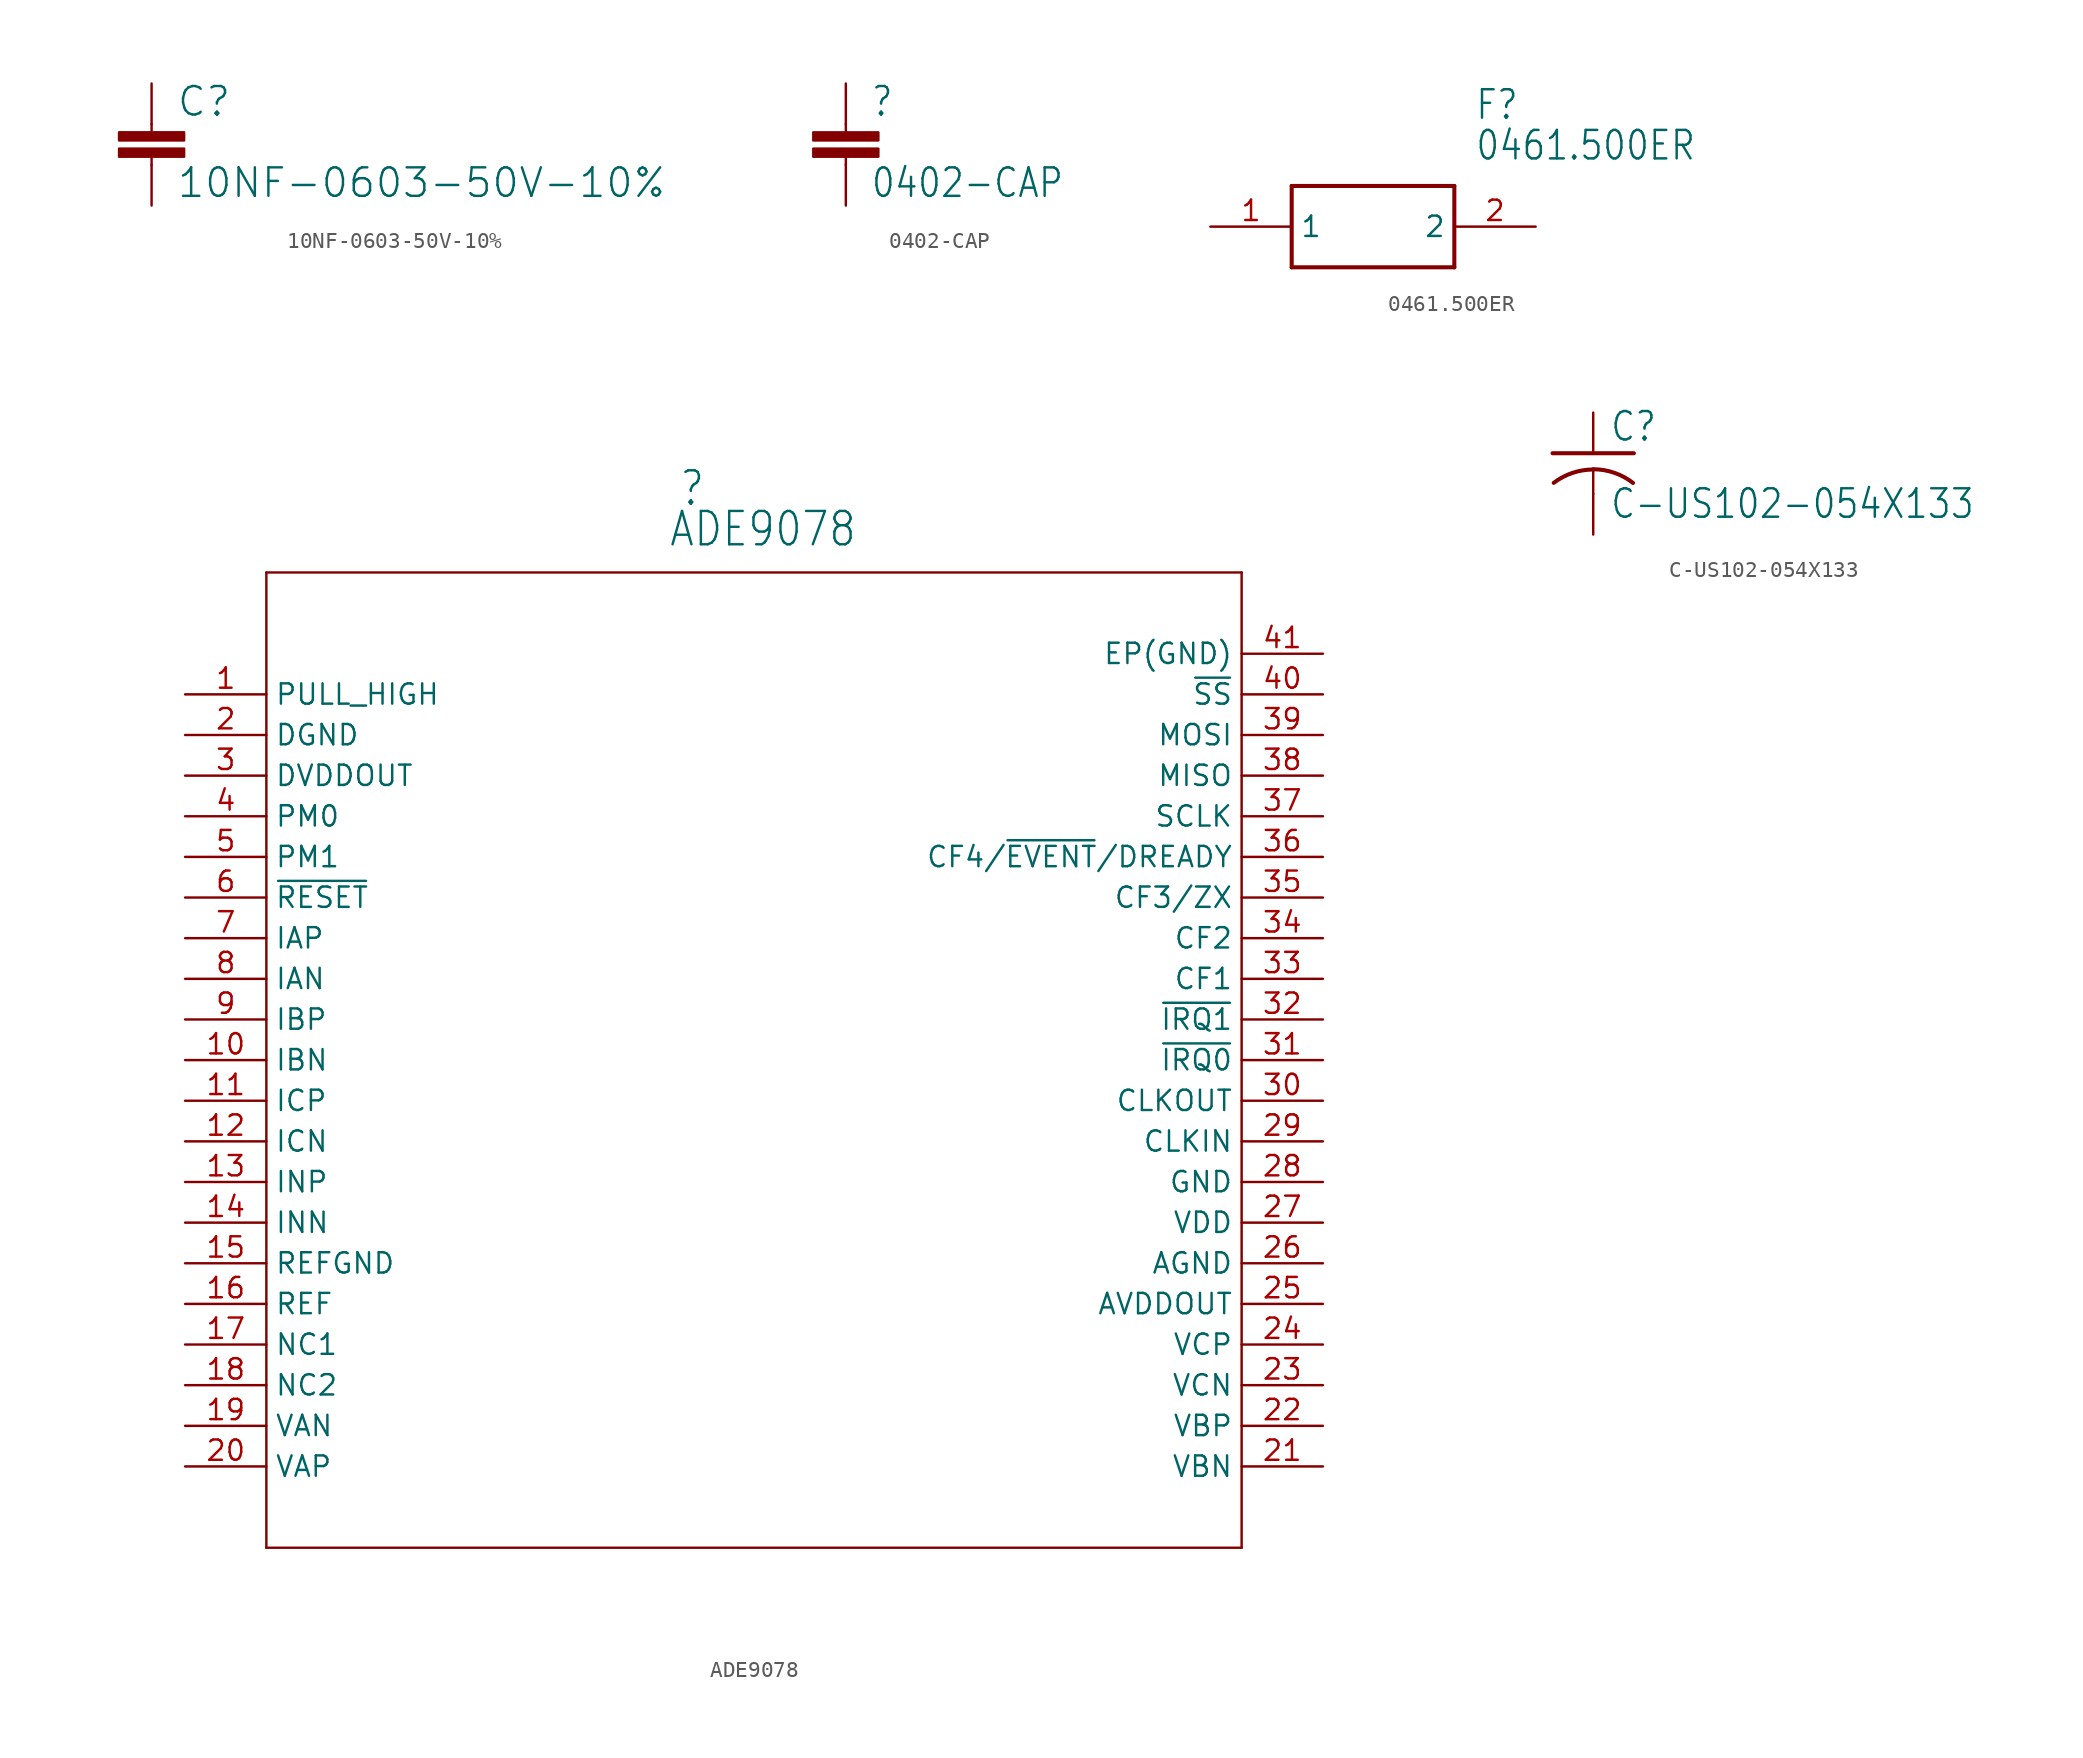
<source format=kicad_sym>
(kicad_symbol_lib
  (version 20220331)
  (generator kicad_symbol_editor)
  (symbol "10NF-0603-50V-10%"
    (property "Reference" "C"
      (at 1.524 2.921 0)
      (effects (font (size 1.778 1.778)) (justify left bottom)))
    (property "Value" "10NF-0603-50V-10%"
      (at 1.524 -2.159 0)
      (effects (font (size 1.778 1.778)) (justify left bottom)))
    (property "ki_locked" ""
      (at 0 0 0)
      (effects (font (size 1.27 1.27))))
    (symbol "10NF-0603-50V-10%_1_0"
      (rectangle (start -2.032 0.508) (end 2.032 1.016) (stroke (width 0) (type default)) (fill (type outline)))
      (rectangle (start -2.032 1.524) (end 2.032 2.032) (stroke (width 0) (type default)) (fill (type outline)))
      (polyline (pts (xy 0 0) (xy 0 0.508)) (stroke (width 0.152) (type solid)) (fill (type none)))
      (polyline (pts (xy 0 2.54) (xy 0 2.032)) (stroke (width 0.152) (type solid)) (fill (type none)))
      (pin passive line (at 0 5.08 270) (length 2.54) (name "1" (effects (font (size 0 0)))) (number "1" (effects (font (size 0 0)))))
      (pin passive line (at 0 -2.54 90) (length 2.54) (name "2" (effects (font (size 0 0)))) (number "2" (effects (font (size 0 0)))))))
  (symbol "0402-CAP"
    (property "Reference" ""
      (at 4.064 2.921 0)
      (effects (font (size 1.778 1.511)) (justify left bottom)))
    (property "Value" "0402-CAP"
      (at 4.064 -2.159 0)
      (effects (font (size 1.778 1.511)) (justify left bottom)))
    (property "ki_locked" ""
      (at 0 0 0)
      (effects (font (size 1.27 1.27))))
    (symbol "0402-CAP_1_0"
      (polyline (pts (xy 2.54 0) (xy 2.54 0.508)) (stroke (width 0.152) (type solid)) (fill (type none)))
      (polyline (pts (xy 2.54 2.54) (xy 2.54 2.032)) (stroke (width 0.152) (type solid)) (fill (type none)))
      (rectangle (start 0.508 0.508) (end 4.572 1.016) (stroke (width 0) (type default)) (fill (type outline)))
      (rectangle (start 0.508 1.524) (end 4.572 2.032) (stroke (width 0) (type default)) (fill (type outline)))
      (pin passive line (at 2.54 5.08 270) (length 2.54) (name "1" (effects (font (size 0 0)))) (number "1" (effects (font (size 0 0)))))
      (pin passive line (at 2.54 -2.54 90) (length 2.54) (name "2" (effects (font (size 0 0)))) (number "2" (effects (font (size 0 0)))))))
  (symbol "0461.500ER"
    (property "Reference" "F"
      (at 16.51 7.62 0)
      (effects (font (size 1.778 1.511)) (justify left)))
    (property "Value" "0461.500ER"
      (at 16.51 5.08 0)
      (effects (font (size 1.778 1.511)) (justify left)))
    (property "ki_locked" ""
      (at 0 0 0)
      (effects (font (size 1.27 1.27))))
    (symbol "0461.500ER_1_0"
      (polyline (pts (xy 5.08 2.54) (xy 5.08 -2.54)) (stroke (width 0.254) (type solid)) (fill (type none)))
      (polyline (pts (xy 5.08 2.54) (xy 15.24 2.54)) (stroke (width 0.254) (type solid)) (fill (type none)))
      (polyline (pts (xy 15.24 -2.54) (xy 5.08 -2.54)) (stroke (width 0.254) (type solid)) (fill (type none)))
      (polyline (pts (xy 15.24 -2.54) (xy 15.24 2.54)) (stroke (width 0.254) (type solid)) (fill (type none)))
      (pin bidirectional line (at 0 0 0) (length 5.08) (name "1" (effects (font (size 1.27 1.27)))) (number "1" (effects (font (size 1.27 1.27)))))
      (pin bidirectional line (at 20.32 0 180) (length 5.08) (name "2" (effects (font (size 1.27 1.27)))) (number "2" (effects (font (size 1.27 1.27)))))))
  (symbol "ADE9078"
    (property "Reference" ""
      (at 33.376 11.659 0)
      (effects (font (size 2.083 1.77)) (justify left bottom)))
    (property "Value" "ADE9078"
      (at 32.741 9.119 0)
      (effects (font (size 2.083 1.77)) (justify left bottom)))
    (property "ki_locked" ""
      (at 0 0 0)
      (effects (font (size 1.27 1.27))))
    (symbol "ADE9078_1_0"
      (polyline (pts (xy 7.62 -53.34) (xy 68.58 -53.34)) (stroke (width 0.152) (type solid)) (fill (type none)))
      (polyline (pts (xy 7.62 7.62) (xy 7.62 -53.34)) (stroke (width 0.152) (type solid)) (fill (type none)))
      (polyline (pts (xy 68.58 -53.34) (xy 68.58 7.62)) (stroke (width 0.152) (type solid)) (fill (type none)))
      (polyline (pts (xy 68.58 7.62) (xy 7.62 7.62)) (stroke (width 0.152) (type solid)) (fill (type none)))
      (pin passive line (at 2.54 0 0) (length 5.08) (name "PULL_HIGH" (effects (font (size 1.27 1.27)))) (number "1" (effects (font (size 1.27 1.27)))))
      (pin passive line (at 2.54 -22.86 0) (length 5.08) (name "IBN" (effects (font (size 1.27 1.27)))) (number "10" (effects (font (size 1.27 1.27)))))
      (pin passive line (at 2.54 -25.4 0) (length 5.08) (name "ICP" (effects (font (size 1.27 1.27)))) (number "11" (effects (font (size 1.27 1.27)))))
      (pin passive line (at 2.54 -27.94 0) (length 5.08) (name "ICN" (effects (font (size 1.27 1.27)))) (number "12" (effects (font (size 1.27 1.27)))))
      (pin passive line (at 2.54 -30.48 0) (length 5.08) (name "INP" (effects (font (size 1.27 1.27)))) (number "13" (effects (font (size 1.27 1.27)))))
      (pin passive line (at 2.54 -33.02 0) (length 5.08) (name "INN" (effects (font (size 1.27 1.27)))) (number "14" (effects (font (size 1.27 1.27)))))
      (pin passive line (at 2.54 -35.56 0) (length 5.08) (name "REFGND" (effects (font (size 1.27 1.27)))) (number "15" (effects (font (size 1.27 1.27)))))
      (pin passive line (at 2.54 -38.1 0) (length 5.08) (name "REF" (effects (font (size 1.27 1.27)))) (number "16" (effects (font (size 1.27 1.27)))))
      (pin passive line (at 2.54 -40.64 0) (length 5.08) (name "NC1" (effects (font (size 1.27 1.27)))) (number "17" (effects (font (size 1.27 1.27)))))
      (pin passive line (at 2.54 -43.18 0) (length 5.08) (name "NC2" (effects (font (size 1.27 1.27)))) (number "18" (effects (font (size 1.27 1.27)))))
      (pin passive line (at 2.54 -45.72 0) (length 5.08) (name "VAN" (effects (font (size 1.27 1.27)))) (number "19" (effects (font (size 1.27 1.27)))))
      (pin passive line (at 2.54 -2.54 0) (length 5.08) (name "DGND" (effects (font (size 1.27 1.27)))) (number "2" (effects (font (size 1.27 1.27)))))
      (pin passive line (at 2.54 -48.26 0) (length 5.08) (name "VAP" (effects (font (size 1.27 1.27)))) (number "20" (effects (font (size 1.27 1.27)))))
      (pin passive line (at 73.66 -48.26 180) (length 5.08) (name "VBN" (effects (font (size 1.27 1.27)))) (number "21" (effects (font (size 1.27 1.27)))))
      (pin passive line (at 73.66 -45.72 180) (length 5.08) (name "VBP" (effects (font (size 1.27 1.27)))) (number "22" (effects (font (size 1.27 1.27)))))
      (pin passive line (at 73.66 -43.18 180) (length 5.08) (name "VCN" (effects (font (size 1.27 1.27)))) (number "23" (effects (font (size 1.27 1.27)))))
      (pin passive line (at 73.66 -40.64 180) (length 5.08) (name "VCP" (effects (font (size 1.27 1.27)))) (number "24" (effects (font (size 1.27 1.27)))))
      (pin passive line (at 73.66 -38.1 180) (length 5.08) (name "AVDDOUT" (effects (font (size 1.27 1.27)))) (number "25" (effects (font (size 1.27 1.27)))))
      (pin passive line (at 73.66 -35.56 180) (length 5.08) (name "AGND" (effects (font (size 1.27 1.27)))) (number "26" (effects (font (size 1.27 1.27)))))
      (pin passive line (at 73.66 -33.02 180) (length 5.08) (name "VDD" (effects (font (size 1.27 1.27)))) (number "27" (effects (font (size 1.27 1.27)))))
      (pin passive line (at 73.66 -30.48 180) (length 5.08) (name "GND" (effects (font (size 1.27 1.27)))) (number "28" (effects (font (size 1.27 1.27)))))
      (pin passive line (at 73.66 -27.94 180) (length 5.08) (name "CLKIN" (effects (font (size 1.27 1.27)))) (number "29" (effects (font (size 1.27 1.27)))))
      (pin passive line (at 2.54 -5.08 0) (length 5.08) (name "DVDDOUT" (effects (font (size 1.27 1.27)))) (number "3" (effects (font (size 1.27 1.27)))))
      (pin passive line (at 73.66 -25.4 180) (length 5.08) (name "CLKOUT" (effects (font (size 1.27 1.27)))) (number "30" (effects (font (size 1.27 1.27)))))
      (pin passive line (at 73.66 -22.86 180) (length 5.08) (name "~{IRQ0}" (effects (font (size 1.27 1.27)))) (number "31" (effects (font (size 1.27 1.27)))))
      (pin passive line (at 73.66 -20.32 180) (length 5.08) (name "~{IRQ1}" (effects (font (size 1.27 1.27)))) (number "32" (effects (font (size 1.27 1.27)))))
      (pin passive line (at 73.66 -17.78 180) (length 5.08) (name "CF1" (effects (font (size 1.27 1.27)))) (number "33" (effects (font (size 1.27 1.27)))))
      (pin passive line (at 73.66 -15.24 180) (length 5.08) (name "CF2" (effects (font (size 1.27 1.27)))) (number "34" (effects (font (size 1.27 1.27)))))
      (pin passive line (at 73.66 -12.7 180) (length 5.08) (name "CF3/ZX" (effects (font (size 1.27 1.27)))) (number "35" (effects (font (size 1.27 1.27)))))
      (pin passive line (at 73.66 -10.16 180) (length 5.08) (name "CF4/~{EVENT}/DREADY" (effects (font (size 1.27 1.27)))) (number "36" (effects (font (size 1.27 1.27)))))
      (pin passive line (at 73.66 -7.62 180) (length 5.08) (name "SCLK" (effects (font (size 1.27 1.27)))) (number "37" (effects (font (size 1.27 1.27)))))
      (pin passive line (at 73.66 -5.08 180) (length 5.08) (name "MISO" (effects (font (size 1.27 1.27)))) (number "38" (effects (font (size 1.27 1.27)))))
      (pin passive line (at 73.66 -2.54 180) (length 5.08) (name "MOSI" (effects (font (size 1.27 1.27)))) (number "39" (effects (font (size 1.27 1.27)))))
      (pin passive line (at 2.54 -7.62 0) (length 5.08) (name "PM0" (effects (font (size 1.27 1.27)))) (number "4" (effects (font (size 1.27 1.27)))))
      (pin passive line (at 73.66 0 180) (length 5.08) (name "~{SS}" (effects (font (size 1.27 1.27)))) (number "40" (effects (font (size 1.27 1.27)))))
      (pin passive line (at 73.66 2.54 180) (length 5.08) (name "EP(GND)" (effects (font (size 1.27 1.27)))) (number "41" (effects (font (size 1.27 1.27)))))
      (pin passive line (at 2.54 -10.16 0) (length 5.08) (name "PM1" (effects (font (size 1.27 1.27)))) (number "5" (effects (font (size 1.27 1.27)))))
      (pin passive line (at 2.54 -12.7 0) (length 5.08) (name "~{RESET}" (effects (font (size 1.27 1.27)))) (number "6" (effects (font (size 1.27 1.27)))))
      (pin passive line (at 2.54 -15.24 0) (length 5.08) (name "IAP" (effects (font (size 1.27 1.27)))) (number "7" (effects (font (size 1.27 1.27)))))
      (pin passive line (at 2.54 -17.78 0) (length 5.08) (name "IAN" (effects (font (size 1.27 1.27)))) (number "8" (effects (font (size 1.27 1.27)))))
      (pin passive line (at 2.54 -20.32 0) (length 5.08) (name "IBP" (effects (font (size 1.27 1.27)))) (number "9" (effects (font (size 1.27 1.27)))))))
  (symbol "C-US102-054X133"
    (property "Reference" "C"
      (at 1.016 0.635 0)
      (effects (font (size 1.778 1.511)) (justify left bottom)))
    (property "Value" "C-US102-054X133"
      (at 1.016 -4.191 0)
      (effects (font (size 1.778 1.511)) (justify left bottom)))
    (property "ki_locked" ""
      (at 0 0 0)
      (effects (font (size 1.27 1.27))))
    (symbol "C-US102-054X133_1_0"
      (arc (start 0 -1.0161) (mid -1.302 -1.2303) (end -2.4668 -1.8504) (stroke (width 0.254) (type solid)) (fill (type none)))
      (polyline (pts (xy -2.54 0) (xy 2.54 0)) (stroke (width 0.254) (type solid)) (fill (type none)))
      (polyline (pts (xy 0 -1.016) (xy 0 -2.54)) (stroke (width 0.152) (type solid)) (fill (type none)))
      (arc (start 2.4892 -1.8542) (mid 1.3158 -1.2195) (end 0 -1) (stroke (width 0.254) (type solid)) (fill (type none)))
      (pin passive line (at 0 2.54 270) (length 2.54) (name "1" (effects (font (size 0 0)))) (number "1" (effects (font (size 0 0)))))
      (pin passive line (at 0 -5.08 90) (length 2.54) (name "2" (effects (font (size 0 0)))) (number "2" (effects (font (size 0 0))))))))
</source>
